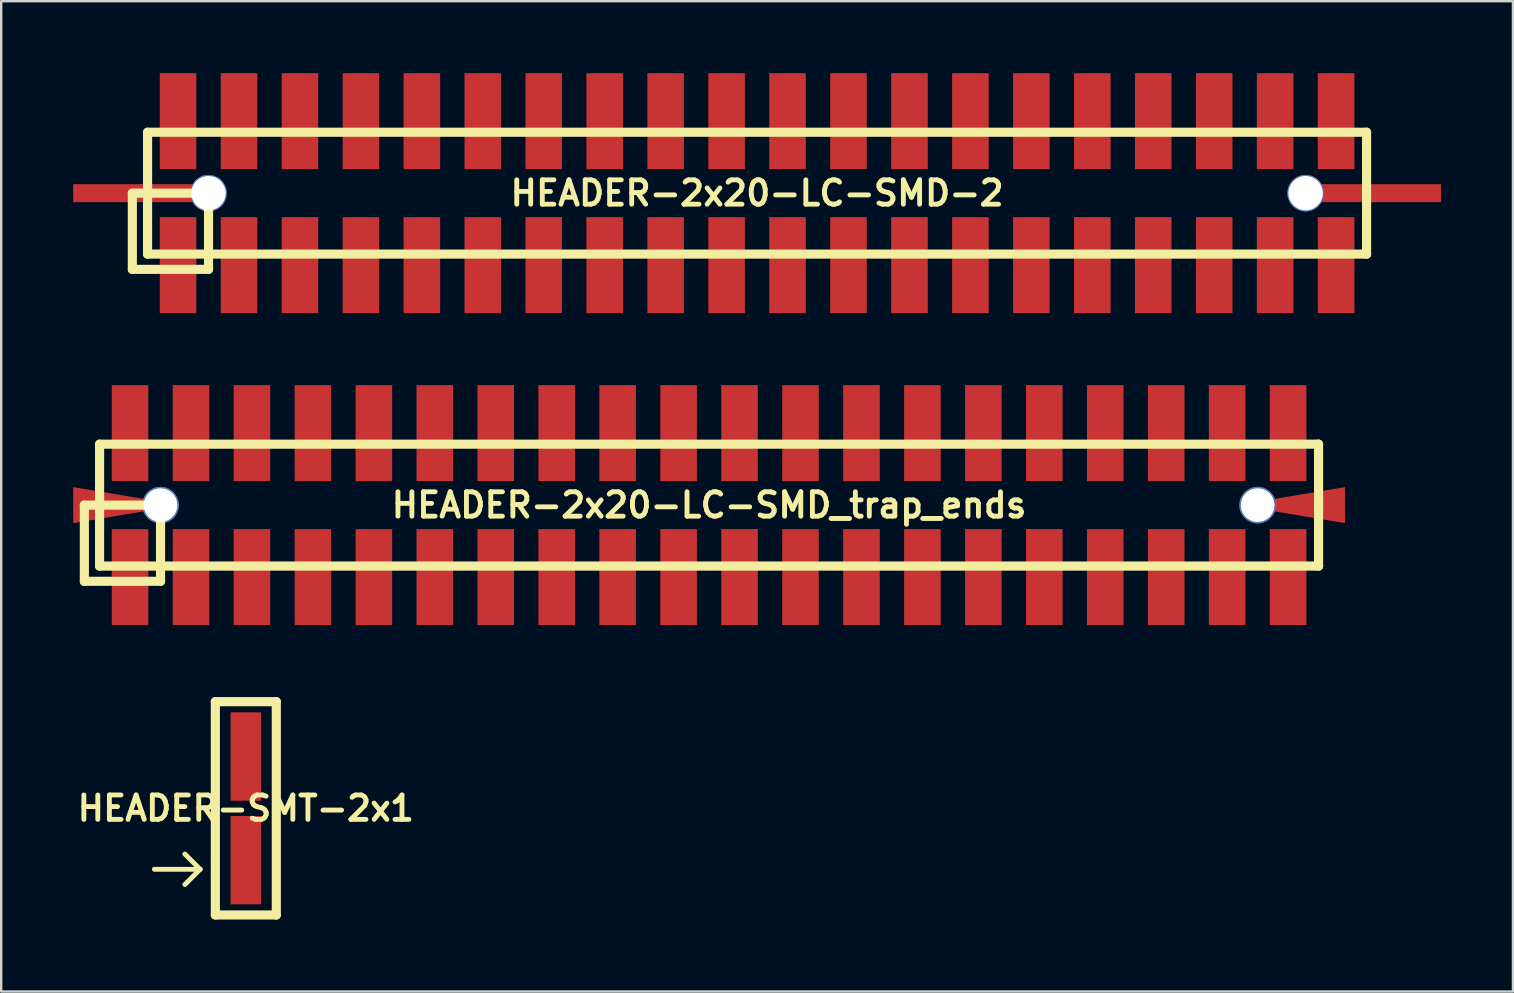
<source format=kicad_pcb>
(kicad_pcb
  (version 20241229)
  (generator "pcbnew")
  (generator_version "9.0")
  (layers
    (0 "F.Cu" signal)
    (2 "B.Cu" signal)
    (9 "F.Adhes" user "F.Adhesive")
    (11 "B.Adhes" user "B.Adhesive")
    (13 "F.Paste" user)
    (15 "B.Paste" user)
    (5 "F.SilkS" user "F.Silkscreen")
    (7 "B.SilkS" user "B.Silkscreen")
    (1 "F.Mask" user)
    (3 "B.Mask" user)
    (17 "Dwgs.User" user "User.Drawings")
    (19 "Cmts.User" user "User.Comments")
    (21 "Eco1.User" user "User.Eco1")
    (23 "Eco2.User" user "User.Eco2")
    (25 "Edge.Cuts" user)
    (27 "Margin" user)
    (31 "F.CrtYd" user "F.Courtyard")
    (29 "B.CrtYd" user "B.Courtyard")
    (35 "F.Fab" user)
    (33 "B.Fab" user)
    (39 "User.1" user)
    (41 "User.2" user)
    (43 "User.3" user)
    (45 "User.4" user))
  (footprint "HEADER-SMT-2x1"
    (layer "F.Cu")
    (at 7.194 30.636)
    (property "Reference" "HEADER-SMT-2x1" (at 0 0 0) (layer "F.SilkS") (effects (font (size 1.016 1.016) (thickness 0.203))))
    (attr smd)
    (fp_line (start -1.905 2.54) (end -3.81 2.54) (stroke (width 0.203) (type solid)) (layer "F.SilkS"))
    (fp_line (start -1.905 2.54) (end -2.54 1.905) (stroke (width 0.203) (type solid)) (layer "F.SilkS"))
    (fp_line (start -1.905 2.54) (end -2.54 3.175) (stroke (width 0.203) (type solid)) (layer "F.SilkS"))
    (fp_line (start -1.27 -4.445) (end -1.27 4.445) (stroke (width 0.381) (type solid)) (layer "F.SilkS"))
    (fp_line (start -1.27 -4.445) (end 1.27 -4.445) (stroke (width 0.381) (type solid)) (layer "F.SilkS"))
    (fp_line (start 1.27 -4.445) (end 1.27 4.445) (stroke (width 0.381) (type solid)) (layer "F.SilkS"))
    (fp_line (start 1.27 4.445) (end -1.27 4.445) (stroke (width 0.381) (type solid)) (layer "F.SilkS"))
    (pad "1" smd rect (at 0 2.159) (size 1.27 3.683) (layers "F.Cu" "F.Mask" "F.Paste"))
    (pad "2" smd rect (at 0 -2.159) (size 1.27 3.683) (layers "F.Cu" "F.Mask" "F.Paste")))
  (footprint "HEADER-2x20-LC-SMD-2"
    (layer "F.Cu")
    (at 28.5 5)
    (property "Reference" "HEADER-2x20-LC-SMD-2" (at 0 0 0) (layer "F.SilkS") (effects (font (size 1.016 1.016) (thickness 0.203))))
    (attr smd)
    (fp_line (start -26.035 0) (end -26.035 3.175) (stroke (width 0.381) (type solid)) (layer "F.SilkS"))
    (fp_line (start -26.035 3.175) (end -22.86 3.175) (stroke (width 0.381) (type solid)) (layer "F.SilkS"))
    (fp_line (start -25.4 -2.54) (end 25.4 -2.54) (stroke (width 0.381) (type solid)) (layer "F.SilkS"))
    (fp_line (start -25.4 2.54) (end -25.4 -2.54) (stroke (width 0.381) (type solid)) (layer "F.SilkS"))
    (fp_line (start -22.86 0) (end -26.035 0) (stroke (width 0.381) (type solid)) (layer "F.SilkS"))
    (fp_line (start -22.86 3.175) (end -22.86 0) (stroke (width 0.381) (type solid)) (layer "F.SilkS"))
    (fp_line (start 25.4 -2.54) (end 25.4 2.54) (stroke (width 0.381) (type solid)) (layer "F.SilkS"))
    (fp_line (start 25.4 2.54) (end -25.4 2.54) (stroke (width 0.381) (type solid)) (layer "F.SilkS"))
    (pad "1" smd rect (at -24.13 3) (size 1.524 4) (layers "F.Cu" "F.Mask" "F.Paste"))
    (pad "1" smd rect (at 26 0) (size 5 0.75) (layers "F.Cu" "F.Mask" "F.Paste"))
    (pad "2" smd rect (at -26 0) (size 5 0.75) (layers "F.Cu" "F.Mask" "F.Paste"))
    (pad "2" smd rect (at -24.13 -3) (size 1.524 4) (layers "F.Cu" "F.Mask" "F.Paste"))
    (pad "3" smd rect (at -21.59 3) (size 1.524 4) (layers "F.Cu" "F.Mask" "F.Paste"))
    (pad "4" smd rect (at -21.59 -3) (size 1.524 4) (layers "F.Cu" "F.Mask" "F.Paste"))
    (pad "5" smd rect (at -19.05 3) (size 1.524 4) (layers "F.Cu" "F.Mask" "F.Paste"))
    (pad "6" smd rect (at -19.05 -3) (size 1.524 4) (layers "F.Cu" "F.Mask" "F.Paste"))
    (pad "7" smd rect (at -16.51 3) (size 1.524 4) (layers "F.Cu" "F.Mask" "F.Paste"))
    (pad "8" smd rect (at -16.51 -3) (size 1.524 4) (layers "F.Cu" "F.Mask" "F.Paste"))
    (pad "9" smd rect (at -13.97 3) (size 1.524 4) (layers "F.Cu" "F.Mask" "F.Paste"))
    (pad "10" smd rect (at -13.97 -3) (size 1.524 4) (layers "F.Cu" "F.Mask" "F.Paste"))
    (pad "11" smd rect (at -11.43 3) (size 1.524 4) (layers "F.Cu" "F.Mask" "F.Paste"))
    (pad "12" smd rect (at -11.43 -3) (size 1.524 4) (layers "F.Cu" "F.Mask" "F.Paste"))
    (pad "13" smd rect (at -8.89 3) (size 1.524 4) (layers "F.Cu" "F.Mask" "F.Paste"))
    (pad "14" smd rect (at -8.89 -3) (size 1.524 4) (layers "F.Cu" "F.Mask" "F.Paste"))
    (pad "15" smd rect (at -6.35 3) (size 1.524 4) (layers "F.Cu" "F.Mask" "F.Paste"))
    (pad "16" smd rect (at -6.35 -3) (size 1.524 4) (layers "F.Cu" "F.Mask" "F.Paste"))
    (pad "17" smd rect (at -3.81 3) (size 1.524 4) (layers "F.Cu" "F.Mask" "F.Paste"))
    (pad "18" smd rect (at -3.81 -3) (size 1.524 4) (layers "F.Cu" "F.Mask" "F.Paste"))
    (pad "19" smd rect (at -1.27 3) (size 1.524 4) (layers "F.Cu" "F.Mask" "F.Paste"))
    (pad "20" smd rect (at -1.27 -3) (size 1.524 4) (layers "F.Cu" "F.Mask" "F.Paste"))
    (pad "21" smd rect (at 1.27 3) (size 1.524 4) (layers "F.Cu" "F.Mask" "F.Paste"))
    (pad "22" smd rect (at 1.27 -3) (size 1.524 4) (layers "F.Cu" "F.Mask" "F.Paste"))
    (pad "23" smd rect (at 3.81 3) (size 1.524 4) (layers "F.Cu" "F.Mask" "F.Paste"))
    (pad "24" smd rect (at 3.81 -3) (size 1.524 4) (layers "F.Cu" "F.Mask" "F.Paste"))
    (pad "25" smd rect (at 6.35 3) (size 1.524 4) (layers "F.Cu" "F.Mask" "F.Paste"))
    (pad "26" smd rect (at 6.35 -3) (size 1.524 4) (layers "F.Cu" "F.Mask" "F.Paste"))
    (pad "27" smd rect (at 8.89 3) (size 1.524 4) (layers "F.Cu" "F.Mask" "F.Paste"))
    (pad "28" smd rect (at 8.89 -3) (size 1.524 4) (layers "F.Cu" "F.Mask" "F.Paste"))
    (pad "29" smd rect (at 11.43 3) (size 1.524 4) (layers "F.Cu" "F.Mask" "F.Paste"))
    (pad "30" smd rect (at 11.43 -3) (size 1.524 4) (layers "F.Cu" "F.Mask" "F.Paste"))
    (pad "31" smd rect (at 13.97 3) (size 1.524 4) (layers "F.Cu" "F.Mask" "F.Paste"))
    (pad "32" smd rect (at 13.97 -3) (size 1.524 4) (layers "F.Cu" "F.Mask" "F.Paste"))
    (pad "33" smd rect (at 16.51 3) (size 1.524 4) (layers "F.Cu" "F.Mask" "F.Paste"))
    (pad "34" smd rect (at 16.51 -3) (size 1.524 4) (layers "F.Cu" "F.Mask" "F.Paste"))
    (pad "35" smd rect (at 19.05 3) (size 1.524 4) (layers "F.Cu" "F.Mask" "F.Paste"))
    (pad "36" smd rect (at 19.05 -3) (size 1.524 4) (layers "F.Cu" "F.Mask" "F.Paste"))
    (pad "37" smd rect (at 21.59 3) (size 1.524 4) (layers "F.Cu" "F.Mask" "F.Paste"))
    (pad "38" smd rect (at 21.59 -3) (size 1.524 4) (layers "F.Cu" "F.Mask" "F.Paste"))
    (pad "39" smd rect (at 24.13 3) (size 1.524 4) (layers "F.Cu" "F.Mask" "F.Paste"))
    (pad "40" smd rect (at 24.13 -3) (size 1.524 4) (layers "F.Cu" "F.Mask" "F.Paste"))
    (pad "mnt" thru_hole circle (at -22.86 0) (size 1.524 1.524) (drill 1.43) (layers "*.Cu" "*.Mask"))
    (pad "mnt" thru_hole circle (at 22.86 0) (size 1.524 1.524) (drill 1.43) (layers "*.Cu" "*.Mask")))
  (footprint "HEADER-2x20-LC-SMD_trap_ends"
    (layer "F.Cu")
    (at 26.5 18)
    (property "Reference" "HEADER-2x20-LC-SMD_trap_ends" (at 0 0 0) (layer "F.SilkS") (effects (font (size 1.016 1.016) (thickness 0.203))))
    (attr smd)
    (fp_line (start -26.035 0) (end -26.035 3.175) (stroke (width 0.381) (type solid)) (layer "F.SilkS"))
    (fp_line (start -26.035 3.175) (end -22.86 3.175) (stroke (width 0.381) (type solid)) (layer "F.SilkS"))
    (fp_line (start -25.4 -2.54) (end 25.4 -2.54) (stroke (width 0.381) (type solid)) (layer "F.SilkS"))
    (fp_line (start -25.4 2.54) (end -25.4 -2.54) (stroke (width 0.381) (type solid)) (layer "F.SilkS"))
    (fp_line (start -22.86 0) (end -26.035 0) (stroke (width 0.381) (type solid)) (layer "F.SilkS"))
    (fp_line (start -22.86 3.175) (end -22.86 0) (stroke (width 0.381) (type solid)) (layer "F.SilkS"))
    (fp_line (start 25.4 -2.54) (end 25.4 2.54) (stroke (width 0.381) (type solid)) (layer "F.SilkS"))
    (fp_line (start 25.4 2.54) (end -25.4 2.54) (stroke (width 0.381) (type solid)) (layer "F.SilkS"))
    (pad "0" smd trapezoid (at -25 0) (size 3 1) (rect_delta 0.5 0) (layers "F.Cu" "F.Mask" "F.Paste"))
    (pad "1" smd rect (at -24.13 3) (size 1.524 4) (layers "F.Cu" "F.Mask" "F.Paste"))
    (pad "2" smd rect (at -24.13 -3) (size 1.524 4) (layers "F.Cu" "F.Mask" "F.Paste"))
    (pad "3" smd rect (at -21.59 3) (size 1.524 4) (layers "F.Cu" "F.Mask" "F.Paste"))
    (pad "4" smd rect (at -21.59 -3) (size 1.524 4) (layers "F.Cu" "F.Mask" "F.Paste"))
    (pad "5" smd rect (at -19.05 3) (size 1.524 4) (layers "F.Cu" "F.Mask" "F.Paste"))
    (pad "6" smd rect (at -19.05 -3) (size 1.524 4) (layers "F.Cu" "F.Mask" "F.Paste"))
    (pad "7" smd rect (at -16.51 3) (size 1.524 4) (layers "F.Cu" "F.Mask" "F.Paste"))
    (pad "8" smd rect (at -16.51 -3) (size 1.524 4) (layers "F.Cu" "F.Mask" "F.Paste"))
    (pad "9" smd rect (at -13.97 3) (size 1.524 4) (layers "F.Cu" "F.Mask" "F.Paste"))
    (pad "10" smd rect (at -13.97 -3) (size 1.524 4) (layers "F.Cu" "F.Mask" "F.Paste"))
    (pad "11" smd rect (at -11.43 3) (size 1.524 4) (layers "F.Cu" "F.Mask" "F.Paste"))
    (pad "12" smd rect (at -11.43 -3) (size 1.524 4) (layers "F.Cu" "F.Mask" "F.Paste"))
    (pad "13" smd rect (at -8.89 3) (size 1.524 4) (layers "F.Cu" "F.Mask" "F.Paste"))
    (pad "14" smd rect (at -8.89 -3) (size 1.524 4) (layers "F.Cu" "F.Mask" "F.Paste"))
    (pad "15" smd rect (at -6.35 3) (size 1.524 4) (layers "F.Cu" "F.Mask" "F.Paste"))
    (pad "16" smd rect (at -6.35 -3) (size 1.524 4) (layers "F.Cu" "F.Mask" "F.Paste"))
    (pad "17" smd rect (at -3.81 3) (size 1.524 4) (layers "F.Cu" "F.Mask" "F.Paste"))
    (pad "18" smd rect (at -3.81 -3) (size 1.524 4) (layers "F.Cu" "F.Mask" "F.Paste"))
    (pad "19" smd rect (at -1.27 3) (size 1.524 4) (layers "F.Cu" "F.Mask" "F.Paste"))
    (pad "20" smd rect (at -1.27 -3) (size 1.524 4) (layers "F.Cu" "F.Mask" "F.Paste"))
    (pad "21" smd rect (at 1.27 3) (size 1.524 4) (layers "F.Cu" "F.Mask" "F.Paste"))
    (pad "22" smd rect (at 1.27 -3) (size 1.524 4) (layers "F.Cu" "F.Mask" "F.Paste"))
    (pad "23" smd rect (at 3.81 3) (size 1.524 4) (layers "F.Cu" "F.Mask" "F.Paste"))
    (pad "24" smd rect (at 3.81 -3) (size 1.524 4) (layers "F.Cu" "F.Mask" "F.Paste"))
    (pad "25" smd rect (at 6.35 3) (size 1.524 4) (layers "F.Cu" "F.Mask" "F.Paste"))
    (pad "26" smd rect (at 6.35 -3) (size 1.524 4) (layers "F.Cu" "F.Mask" "F.Paste"))
    (pad "27" smd rect (at 8.89 3) (size 1.524 4) (layers "F.Cu" "F.Mask" "F.Paste"))
    (pad "28" smd rect (at 8.89 -3) (size 1.524 4) (layers "F.Cu" "F.Mask" "F.Paste"))
    (pad "29" smd rect (at 11.43 3) (size 1.524 4) (layers "F.Cu" "F.Mask" "F.Paste"))
    (pad "30" smd rect (at 11.43 -3) (size 1.524 4) (layers "F.Cu" "F.Mask" "F.Paste"))
    (pad "31" smd rect (at 13.97 3) (size 1.524 4) (layers "F.Cu" "F.Mask" "F.Paste"))
    (pad "32" smd rect (at 13.97 -3) (size 1.524 4) (layers "F.Cu" "F.Mask" "F.Paste"))
    (pad "33" smd rect (at 16.51 3) (size 1.524 4) (layers "F.Cu" "F.Mask" "F.Paste"))
    (pad "34" smd rect (at 16.51 -3) (size 1.524 4) (layers "F.Cu" "F.Mask" "F.Paste"))
    (pad "35" smd rect (at 19.05 3) (size 1.524 4) (layers "F.Cu" "F.Mask" "F.Paste"))
    (pad "36" smd rect (at 19.05 -3) (size 1.524 4) (layers "F.Cu" "F.Mask" "F.Paste"))
    (pad "37" smd rect (at 21.59 3) (size 1.524 4) (layers "F.Cu" "F.Mask" "F.Paste"))
    (pad "38" smd rect (at 21.59 -3) (size 1.524 4) (layers "F.Cu" "F.Mask" "F.Paste"))
    (pad "39" smd rect (at 24.13 3) (size 1.524 4) (layers "F.Cu" "F.Mask" "F.Paste"))
    (pad "40" smd rect (at 24.13 -3) (size 1.524 4) (layers "F.Cu" "F.Mask" "F.Paste"))
    (pad "e" smd trapezoid (at 25 0) (size 3 1) (rect_delta -0.5 0) (layers "F.Cu" "F.Mask" "F.Paste"))
    (pad "mnt" thru_hole circle (at -22.86 0) (size 1.524 1.524) (drill 1.4) (layers "*.Cu" "*.Mask"))
    (pad "mnt" thru_hole circle (at 22.86 0) (size 1.524 1.524) (drill 1.4) (layers "*.Cu" "*.Mask")))
  (gr_rect
    (start -3 -3)
    (end 60 38.271)
    (stroke (width 0.1) (type default))
    (fill no)
    (layer "Edge.Cuts")))
</source>
